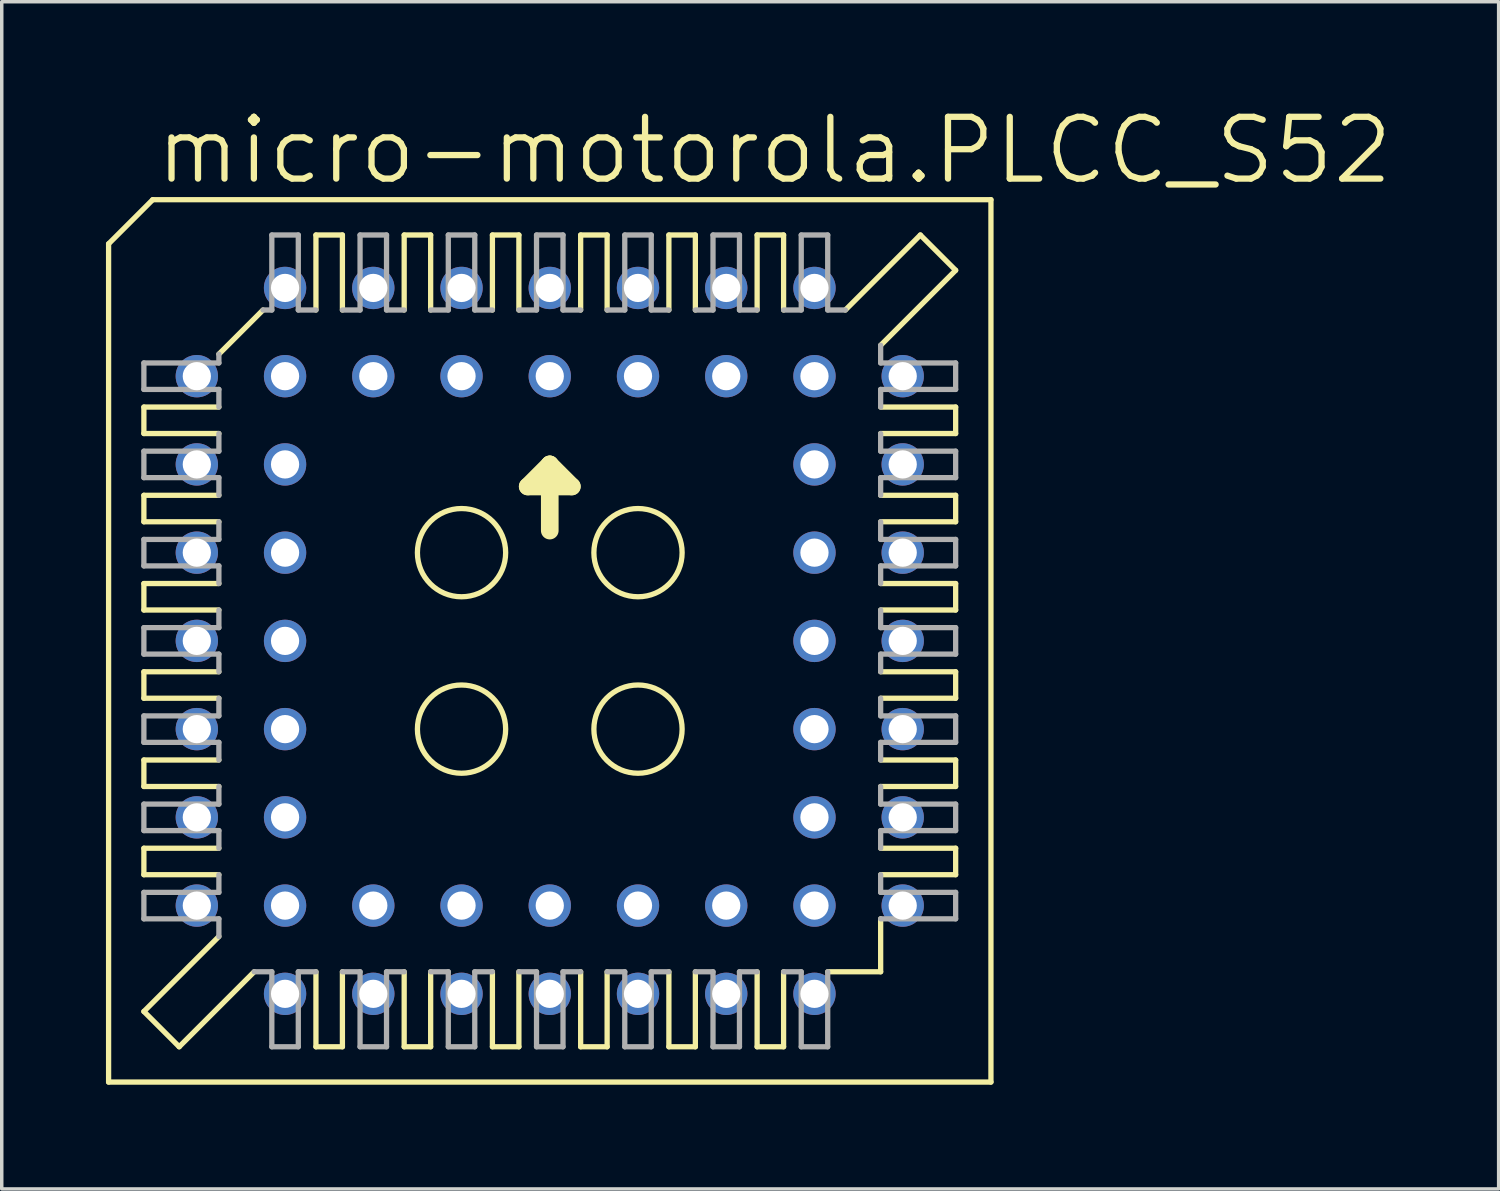
<source format=kicad_pcb>
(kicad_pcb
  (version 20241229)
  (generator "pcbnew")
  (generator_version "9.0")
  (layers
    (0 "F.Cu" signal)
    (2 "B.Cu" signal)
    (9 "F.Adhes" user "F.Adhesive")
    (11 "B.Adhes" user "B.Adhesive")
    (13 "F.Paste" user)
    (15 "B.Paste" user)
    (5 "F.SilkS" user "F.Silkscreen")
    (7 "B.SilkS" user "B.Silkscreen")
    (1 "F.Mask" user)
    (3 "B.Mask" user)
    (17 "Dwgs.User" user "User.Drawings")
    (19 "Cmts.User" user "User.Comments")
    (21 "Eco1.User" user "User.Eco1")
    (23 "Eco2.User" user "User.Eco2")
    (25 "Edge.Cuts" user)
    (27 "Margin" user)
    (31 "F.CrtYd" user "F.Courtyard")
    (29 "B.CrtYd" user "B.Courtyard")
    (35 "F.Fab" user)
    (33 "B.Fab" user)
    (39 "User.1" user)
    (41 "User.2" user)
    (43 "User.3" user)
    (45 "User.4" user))
  (footprint "micro-motorola.PLCC_S52"
    (layer "F.Cu")
    (at 12.776 15.399)
    (property "Reference" "micro-motorola.PLCC_S52" (at -11.43 -13.081 0) (layer "F.SilkS") (effects (font (size 1.778 1.778) (thickness 0.18)) (justify left bottom)))
    (attr through_hole)
    (fp_line (start -12.7 -11.43) (end -12.7 12.7) (stroke (width 0.152) (type default)) (layer "F.SilkS"))
    (fp_line (start -11.684 -6.731) (end -11.684 -5.969) (stroke (width 0.152) (type default)) (layer "F.SilkS"))
    (fp_line (start -11.684 -6.731) (end -9.525 -6.731) (stroke (width 0.152) (type default)) (layer "F.SilkS"))
    (fp_line (start -11.684 -4.191) (end -11.684 -3.429) (stroke (width 0.152) (type default)) (layer "F.SilkS"))
    (fp_line (start -11.684 -4.191) (end -9.525 -4.191) (stroke (width 0.152) (type default)) (layer "F.SilkS"))
    (fp_line (start -11.684 -0.889) (end -11.684 -1.651) (stroke (width 0.152) (type default)) (layer "F.SilkS"))
    (fp_line (start -11.684 -0.889) (end -9.525 -0.889) (stroke (width 0.152) (type default)) (layer "F.SilkS"))
    (fp_line (start -11.684 1.651) (end -11.684 0.889) (stroke (width 0.152) (type default)) (layer "F.SilkS"))
    (fp_line (start -11.684 1.651) (end -9.525 1.651) (stroke (width 0.152) (type default)) (layer "F.SilkS"))
    (fp_line (start -11.684 4.191) (end -11.684 3.429) (stroke (width 0.152) (type default)) (layer "F.SilkS"))
    (fp_line (start -11.684 4.191) (end -9.525 4.191) (stroke (width 0.152) (type default)) (layer "F.SilkS"))
    (fp_line (start -11.684 5.969) (end -11.684 6.731) (stroke (width 0.152) (type default)) (layer "F.SilkS"))
    (fp_line (start -11.684 5.969) (end -9.525 5.969) (stroke (width 0.152) (type default)) (layer "F.SilkS"))
    (fp_line (start -11.684 10.668) (end -9.525 8.509) (stroke (width 0.152) (type default)) (layer "F.SilkS"))
    (fp_line (start -11.43 -12.7) (end -12.7 -11.43) (stroke (width 0.152) (type default)) (layer "F.SilkS"))
    (fp_line (start -10.668 11.684) (end -11.684 10.668) (stroke (width 0.152) (type default)) (layer "F.SilkS"))
    (fp_line (start -10.668 11.684) (end -8.509 9.525) (stroke (width 0.152) (type default)) (layer "F.SilkS"))
    (fp_line (start -9.525 -8.255) (end -8.255 -9.525) (stroke (width 0.152) (type default)) (layer "F.SilkS"))
    (fp_line (start -9.525 -5.969) (end -11.684 -5.969) (stroke (width 0.152) (type default)) (layer "F.SilkS"))
    (fp_line (start -9.525 -3.429) (end -11.684 -3.429) (stroke (width 0.152) (type default)) (layer "F.SilkS"))
    (fp_line (start -9.525 -1.651) (end -11.684 -1.651) (stroke (width 0.152) (type default)) (layer "F.SilkS"))
    (fp_line (start -9.525 0.889) (end -11.684 0.889) (stroke (width 0.152) (type default)) (layer "F.SilkS"))
    (fp_line (start -9.525 3.429) (end -11.684 3.429) (stroke (width 0.152) (type default)) (layer "F.SilkS"))
    (fp_line (start -9.525 6.731) (end -11.684 6.731) (stroke (width 0.152) (type default)) (layer "F.SilkS"))
    (fp_line (start -6.731 -9.525) (end -6.731 -11.684) (stroke (width 0.152) (type default)) (layer "F.SilkS"))
    (fp_line (start -6.731 11.684) (end -6.731 9.525) (stroke (width 0.152) (type default)) (layer "F.SilkS"))
    (fp_line (start -6.731 11.684) (end -5.969 11.684) (stroke (width 0.152) (type default)) (layer "F.SilkS"))
    (fp_line (start -5.969 -11.684) (end -6.731 -11.684) (stroke (width 0.152) (type default)) (layer "F.SilkS"))
    (fp_line (start -5.969 -11.684) (end -5.969 -9.525) (stroke (width 0.152) (type default)) (layer "F.SilkS"))
    (fp_line (start -5.969 9.525) (end -5.969 11.684) (stroke (width 0.152) (type default)) (layer "F.SilkS"))
    (fp_line (start -4.191 -9.525) (end -4.191 -11.684) (stroke (width 0.152) (type default)) (layer "F.SilkS"))
    (fp_line (start -4.191 11.684) (end -4.191 9.525) (stroke (width 0.152) (type default)) (layer "F.SilkS"))
    (fp_line (start -4.191 11.684) (end -3.429 11.684) (stroke (width 0.152) (type default)) (layer "F.SilkS"))
    (fp_line (start -3.429 -11.684) (end -4.191 -11.684) (stroke (width 0.152) (type default)) (layer "F.SilkS"))
    (fp_line (start -3.429 -11.684) (end -3.429 -9.525) (stroke (width 0.152) (type default)) (layer "F.SilkS"))
    (fp_line (start -3.429 9.525) (end -3.429 11.684) (stroke (width 0.152) (type default)) (layer "F.SilkS"))
    (fp_line (start -1.651 -9.525) (end -1.651 -11.684) (stroke (width 0.152) (type default)) (layer "F.SilkS"))
    (fp_line (start -1.651 11.684) (end -1.651 9.525) (stroke (width 0.152) (type default)) (layer "F.SilkS"))
    (fp_line (start -1.651 11.684) (end -0.889 11.684) (stroke (width 0.152) (type default)) (layer "F.SilkS"))
    (fp_line (start -0.889 -11.684) (end -1.651 -11.684) (stroke (width 0.152) (type default)) (layer "F.SilkS"))
    (fp_line (start -0.889 -11.684) (end -0.889 -9.525) (stroke (width 0.152) (type default)) (layer "F.SilkS"))
    (fp_line (start -0.889 9.525) (end -0.889 11.684) (stroke (width 0.152) (type default)) (layer "F.SilkS"))
    (fp_line (start -0.635 -4.445) (end 0 -5.08) (stroke (width 0.508) (type default)) (layer "F.SilkS"))
    (fp_line (start 0 -5.08) (end 0 -3.175) (stroke (width 0.508) (type default)) (layer "F.SilkS"))
    (fp_line (start 0 -5.08) (end 0.635 -4.445) (stroke (width 0.508) (type default)) (layer "F.SilkS"))
    (fp_line (start 0.635 -4.445) (end -0.635 -4.445) (stroke (width 0.508) (type default)) (layer "F.SilkS"))
    (fp_line (start 0.889 -9.525) (end 0.889 -11.684) (stroke (width 0.152) (type default)) (layer "F.SilkS"))
    (fp_line (start 0.889 11.684) (end 0.889 9.525) (stroke (width 0.152) (type default)) (layer "F.SilkS"))
    (fp_line (start 0.889 11.684) (end 1.651 11.684) (stroke (width 0.152) (type default)) (layer "F.SilkS"))
    (fp_line (start 1.651 -11.684) (end 0.889 -11.684) (stroke (width 0.152) (type default)) (layer "F.SilkS"))
    (fp_line (start 1.651 -11.684) (end 1.651 -9.525) (stroke (width 0.152) (type default)) (layer "F.SilkS"))
    (fp_line (start 1.651 9.525) (end 1.651 11.684) (stroke (width 0.152) (type default)) (layer "F.SilkS"))
    (fp_line (start 3.429 -9.525) (end 3.429 -11.684) (stroke (width 0.152) (type default)) (layer "F.SilkS"))
    (fp_line (start 3.429 11.684) (end 3.429 9.525) (stroke (width 0.152) (type default)) (layer "F.SilkS"))
    (fp_line (start 3.429 11.684) (end 4.191 11.684) (stroke (width 0.152) (type default)) (layer "F.SilkS"))
    (fp_line (start 4.191 -11.684) (end 3.429 -11.684) (stroke (width 0.152) (type default)) (layer "F.SilkS"))
    (fp_line (start 4.191 -11.684) (end 4.191 -9.525) (stroke (width 0.152) (type default)) (layer "F.SilkS"))
    (fp_line (start 4.191 9.525) (end 4.191 11.684) (stroke (width 0.152) (type default)) (layer "F.SilkS"))
    (fp_line (start 5.969 -9.525) (end 5.969 -11.684) (stroke (width 0.152) (type default)) (layer "F.SilkS"))
    (fp_line (start 5.969 11.684) (end 5.969 9.525) (stroke (width 0.152) (type default)) (layer "F.SilkS"))
    (fp_line (start 5.969 11.684) (end 6.731 11.684) (stroke (width 0.152) (type default)) (layer "F.SilkS"))
    (fp_line (start 6.731 -11.684) (end 5.969 -11.684) (stroke (width 0.152) (type default)) (layer "F.SilkS"))
    (fp_line (start 6.731 -11.684) (end 6.731 -9.525) (stroke (width 0.152) (type default)) (layer "F.SilkS"))
    (fp_line (start 6.731 9.525) (end 6.731 11.684) (stroke (width 0.152) (type default)) (layer "F.SilkS"))
    (fp_line (start 8.001 9.525) (end 9.525 9.525) (stroke (width 0.152) (type default)) (layer "F.SilkS"))
    (fp_line (start 9.525 -6.731) (end 11.684 -6.731) (stroke (width 0.152) (type default)) (layer "F.SilkS"))
    (fp_line (start 9.525 -3.429) (end 11.684 -3.429) (stroke (width 0.152) (type default)) (layer "F.SilkS"))
    (fp_line (start 9.525 -0.889) (end 11.684 -0.889) (stroke (width 0.152) (type default)) (layer "F.SilkS"))
    (fp_line (start 9.525 1.651) (end 11.684 1.651) (stroke (width 0.152) (type default)) (layer "F.SilkS"))
    (fp_line (start 9.525 3.429) (end 11.684 3.429) (stroke (width 0.152) (type default)) (layer "F.SilkS"))
    (fp_line (start 9.525 5.969) (end 11.684 5.969) (stroke (width 0.152) (type default)) (layer "F.SilkS"))
    (fp_line (start 9.525 9.525) (end 9.525 8.001) (stroke (width 0.152) (type default)) (layer "F.SilkS"))
    (fp_line (start 10.668 -11.684) (end 8.509 -9.525) (stroke (width 0.152) (type default)) (layer "F.SilkS"))
    (fp_line (start 11.684 -10.668) (end 9.525 -8.509) (stroke (width 0.152) (type default)) (layer "F.SilkS"))
    (fp_line (start 11.684 -10.668) (end 10.668 -11.684) (stroke (width 0.152) (type default)) (layer "F.SilkS"))
    (fp_line (start 11.684 -5.969) (end 9.525 -5.969) (stroke (width 0.152) (type default)) (layer "F.SilkS"))
    (fp_line (start 11.684 -5.969) (end 11.684 -6.731) (stroke (width 0.152) (type default)) (layer "F.SilkS"))
    (fp_line (start 11.684 -4.191) (end 9.525 -4.191) (stroke (width 0.152) (type default)) (layer "F.SilkS"))
    (fp_line (start 11.684 -4.191) (end 11.684 -3.429) (stroke (width 0.152) (type default)) (layer "F.SilkS"))
    (fp_line (start 11.684 -1.651) (end 9.525 -1.651) (stroke (width 0.152) (type default)) (layer "F.SilkS"))
    (fp_line (start 11.684 -1.651) (end 11.684 -0.889) (stroke (width 0.152) (type default)) (layer "F.SilkS"))
    (fp_line (start 11.684 0.889) (end 9.525 0.889) (stroke (width 0.152) (type default)) (layer "F.SilkS"))
    (fp_line (start 11.684 0.889) (end 11.684 1.651) (stroke (width 0.152) (type default)) (layer "F.SilkS"))
    (fp_line (start 11.684 4.191) (end 9.525 4.191) (stroke (width 0.152) (type default)) (layer "F.SilkS"))
    (fp_line (start 11.684 4.191) (end 11.684 3.429) (stroke (width 0.152) (type default)) (layer "F.SilkS"))
    (fp_line (start 11.684 6.731) (end 9.525 6.731) (stroke (width 0.152) (type default)) (layer "F.SilkS"))
    (fp_line (start 11.684 6.731) (end 11.684 5.969) (stroke (width 0.152) (type default)) (layer "F.SilkS"))
    (fp_line (start 12.7 -12.7) (end -11.43 -12.7) (stroke (width 0.152) (type default)) (layer "F.SilkS"))
    (fp_line (start 12.7 12.7) (end -12.7 12.7) (stroke (width 0.152) (type default)) (layer "F.SilkS"))
    (fp_line (start 12.7 12.7) (end 12.7 -12.7) (stroke (width 0.152) (type default)) (layer "F.SilkS"))
    (fp_circle (center -2.54 -2.54) (end -1.27 -2.54) (stroke (width 0.152) (type default)) (fill no) (layer "F.SilkS"))
    (fp_circle (center -2.54 2.54) (end -1.27 2.54) (stroke (width 0.152) (type default)) (fill no) (layer "F.SilkS"))
    (fp_circle (center 2.54 -2.54) (end 3.81 -2.54) (stroke (width 0.152) (type default)) (fill no) (layer "F.SilkS"))
    (fp_circle (center 2.54 2.54) (end 3.81 2.54) (stroke (width 0.152) (type default)) (fill no) (layer "F.SilkS"))
    (fp_line (start -11.684 -8.001) (end -11.684 -7.239) (stroke (width 0.152) (type default)) (layer "F.Fab"))
    (fp_line (start -11.684 -8.001) (end -9.525 -8.001) (stroke (width 0.152) (type default)) (layer "F.Fab"))
    (fp_line (start -11.684 -5.461) (end -11.684 -4.699) (stroke (width 0.152) (type default)) (layer "F.Fab"))
    (fp_line (start -11.684 -5.461) (end -9.525 -5.461) (stroke (width 0.152) (type default)) (layer "F.Fab"))
    (fp_line (start -11.684 -2.921) (end -11.684 -2.159) (stroke (width 0.152) (type default)) (layer "F.Fab"))
    (fp_line (start -11.684 -2.921) (end -9.525 -2.921) (stroke (width 0.152) (type default)) (layer "F.Fab"))
    (fp_line (start -11.684 0.381) (end -11.684 -0.381) (stroke (width 0.152) (type default)) (layer "F.Fab"))
    (fp_line (start -11.684 0.381) (end -9.525 0.381) (stroke (width 0.152) (type default)) (layer "F.Fab"))
    (fp_line (start -11.684 2.921) (end -11.684 2.159) (stroke (width 0.152) (type default)) (layer "F.Fab"))
    (fp_line (start -11.684 2.921) (end -9.525 2.921) (stroke (width 0.152) (type default)) (layer "F.Fab"))
    (fp_line (start -11.684 5.461) (end -11.684 4.699) (stroke (width 0.152) (type default)) (layer "F.Fab"))
    (fp_line (start -11.684 5.461) (end -9.525 5.461) (stroke (width 0.152) (type default)) (layer "F.Fab"))
    (fp_line (start -11.684 8.001) (end -11.684 7.239) (stroke (width 0.152) (type default)) (layer "F.Fab"))
    (fp_line (start -11.684 8.001) (end -9.525 8.001) (stroke (width 0.152) (type default)) (layer "F.Fab"))
    (fp_line (start -9.525 -8.001) (end -9.525 -8.255) (stroke (width 0.152) (type default)) (layer "F.Fab"))
    (fp_line (start -9.525 -7.239) (end -11.684 -7.239) (stroke (width 0.152) (type default)) (layer "F.Fab"))
    (fp_line (start -9.525 -7.239) (end -9.525 -6.731) (stroke (width 0.152) (type default)) (layer "F.Fab"))
    (fp_line (start -9.525 -5.969) (end -9.525 -5.461) (stroke (width 0.152) (type default)) (layer "F.Fab"))
    (fp_line (start -9.525 -4.699) (end -11.684 -4.699) (stroke (width 0.152) (type default)) (layer "F.Fab"))
    (fp_line (start -9.525 -4.699) (end -9.525 -4.191) (stroke (width 0.152) (type default)) (layer "F.Fab"))
    (fp_line (start -9.525 -3.429) (end -9.525 -2.921) (stroke (width 0.152) (type default)) (layer "F.Fab"))
    (fp_line (start -9.525 -2.159) (end -11.684 -2.159) (stroke (width 0.152) (type default)) (layer "F.Fab"))
    (fp_line (start -9.525 -2.159) (end -9.525 -1.651) (stroke (width 0.152) (type default)) (layer "F.Fab"))
    (fp_line (start -9.525 -0.381) (end -11.684 -0.381) (stroke (width 0.152) (type default)) (layer "F.Fab"))
    (fp_line (start -9.525 -0.381) (end -9.525 -0.889) (stroke (width 0.152) (type default)) (layer "F.Fab"))
    (fp_line (start -9.525 0.889) (end -9.525 0.381) (stroke (width 0.152) (type default)) (layer "F.Fab"))
    (fp_line (start -9.525 2.159) (end -11.684 2.159) (stroke (width 0.152) (type default)) (layer "F.Fab"))
    (fp_line (start -9.525 2.159) (end -9.525 1.651) (stroke (width 0.152) (type default)) (layer "F.Fab"))
    (fp_line (start -9.525 3.429) (end -9.525 2.921) (stroke (width 0.152) (type default)) (layer "F.Fab"))
    (fp_line (start -9.525 4.699) (end -11.684 4.699) (stroke (width 0.152) (type default)) (layer "F.Fab"))
    (fp_line (start -9.525 4.699) (end -9.525 4.191) (stroke (width 0.152) (type default)) (layer "F.Fab"))
    (fp_line (start -9.525 5.461) (end -9.525 5.969) (stroke (width 0.152) (type default)) (layer "F.Fab"))
    (fp_line (start -9.525 6.731) (end -9.525 7.239) (stroke (width 0.152) (type default)) (layer "F.Fab"))
    (fp_line (start -9.525 7.239) (end -11.684 7.239) (stroke (width 0.152) (type default)) (layer "F.Fab"))
    (fp_line (start -9.525 8.509) (end -9.525 8.001) (stroke (width 0.152) (type default)) (layer "F.Fab"))
    (fp_line (start -8.509 9.525) (end -8.001 9.525) (stroke (width 0.152) (type default)) (layer "F.Fab"))
    (fp_line (start -8.255 -9.525) (end -8.001 -9.525) (stroke (width 0.152) (type default)) (layer "F.Fab"))
    (fp_line (start -8.001 -9.525) (end -8.001 -11.684) (stroke (width 0.152) (type default)) (layer "F.Fab"))
    (fp_line (start -8.001 11.684) (end -8.001 9.525) (stroke (width 0.152) (type default)) (layer "F.Fab"))
    (fp_line (start -8.001 11.684) (end -7.239 11.684) (stroke (width 0.152) (type default)) (layer "F.Fab"))
    (fp_line (start -7.239 -11.684) (end -8.001 -11.684) (stroke (width 0.152) (type default)) (layer "F.Fab"))
    (fp_line (start -7.239 -11.684) (end -7.239 -9.525) (stroke (width 0.152) (type default)) (layer "F.Fab"))
    (fp_line (start -7.239 9.525) (end -7.239 11.684) (stroke (width 0.152) (type default)) (layer "F.Fab"))
    (fp_line (start -7.239 9.525) (end -6.731 9.525) (stroke (width 0.152) (type default)) (layer "F.Fab"))
    (fp_line (start -6.731 -9.525) (end -7.239 -9.525) (stroke (width 0.152) (type default)) (layer "F.Fab"))
    (fp_line (start -5.969 9.525) (end -5.461 9.525) (stroke (width 0.152) (type default)) (layer "F.Fab"))
    (fp_line (start -5.461 -9.525) (end -5.969 -9.525) (stroke (width 0.152) (type default)) (layer "F.Fab"))
    (fp_line (start -5.461 -9.525) (end -5.461 -11.684) (stroke (width 0.152) (type default)) (layer "F.Fab"))
    (fp_line (start -5.461 11.684) (end -5.461 9.525) (stroke (width 0.152) (type default)) (layer "F.Fab"))
    (fp_line (start -5.461 11.684) (end -4.699 11.684) (stroke (width 0.152) (type default)) (layer "F.Fab"))
    (fp_line (start -4.699 -11.684) (end -5.461 -11.684) (stroke (width 0.152) (type default)) (layer "F.Fab"))
    (fp_line (start -4.699 -11.684) (end -4.699 -9.525) (stroke (width 0.152) (type default)) (layer "F.Fab"))
    (fp_line (start -4.699 9.525) (end -4.699 11.684) (stroke (width 0.152) (type default)) (layer "F.Fab"))
    (fp_line (start -4.699 9.525) (end -4.191 9.525) (stroke (width 0.152) (type default)) (layer "F.Fab"))
    (fp_line (start -4.191 -9.525) (end -4.699 -9.525) (stroke (width 0.152) (type default)) (layer "F.Fab"))
    (fp_line (start -3.429 9.525) (end -2.921 9.525) (stroke (width 0.152) (type default)) (layer "F.Fab"))
    (fp_line (start -2.921 -9.525) (end -3.429 -9.525) (stroke (width 0.152) (type default)) (layer "F.Fab"))
    (fp_line (start -2.921 -9.525) (end -2.921 -11.684) (stroke (width 0.152) (type default)) (layer "F.Fab"))
    (fp_line (start -2.921 11.684) (end -2.921 9.525) (stroke (width 0.152) (type default)) (layer "F.Fab"))
    (fp_line (start -2.921 11.684) (end -2.159 11.684) (stroke (width 0.152) (type default)) (layer "F.Fab"))
    (fp_line (start -2.159 -11.684) (end -2.921 -11.684) (stroke (width 0.152) (type default)) (layer "F.Fab"))
    (fp_line (start -2.159 -11.684) (end -2.159 -9.525) (stroke (width 0.152) (type default)) (layer "F.Fab"))
    (fp_line (start -2.159 9.525) (end -2.159 11.684) (stroke (width 0.152) (type default)) (layer "F.Fab"))
    (fp_line (start -2.159 9.525) (end -1.651 9.525) (stroke (width 0.152) (type default)) (layer "F.Fab"))
    (fp_line (start -1.651 -9.525) (end -2.159 -9.525) (stroke (width 0.152) (type default)) (layer "F.Fab"))
    (fp_line (start -0.889 9.525) (end -0.381 9.525) (stroke (width 0.152) (type default)) (layer "F.Fab"))
    (fp_line (start -0.381 -9.525) (end -0.889 -9.525) (stroke (width 0.152) (type default)) (layer "F.Fab"))
    (fp_line (start -0.381 -9.525) (end -0.381 -11.684) (stroke (width 0.152) (type default)) (layer "F.Fab"))
    (fp_line (start -0.381 11.684) (end -0.381 9.525) (stroke (width 0.152) (type default)) (layer "F.Fab"))
    (fp_line (start -0.381 11.684) (end 0.381 11.684) (stroke (width 0.152) (type default)) (layer "F.Fab"))
    (fp_line (start 0.381 -11.684) (end -0.381 -11.684) (stroke (width 0.152) (type default)) (layer "F.Fab"))
    (fp_line (start 0.381 -11.684) (end 0.381 -9.525) (stroke (width 0.152) (type default)) (layer "F.Fab"))
    (fp_line (start 0.381 9.525) (end 0.381 11.684) (stroke (width 0.152) (type default)) (layer "F.Fab"))
    (fp_line (start 0.381 9.525) (end 0.889 9.525) (stroke (width 0.152) (type default)) (layer "F.Fab"))
    (fp_line (start 0.889 -9.525) (end 0.381 -9.525) (stroke (width 0.152) (type default)) (layer "F.Fab"))
    (fp_line (start 1.651 9.525) (end 2.159 9.525) (stroke (width 0.152) (type default)) (layer "F.Fab"))
    (fp_line (start 2.159 -9.525) (end 1.651 -9.525) (stroke (width 0.152) (type default)) (layer "F.Fab"))
    (fp_line (start 2.159 -9.525) (end 2.159 -11.684) (stroke (width 0.152) (type default)) (layer "F.Fab"))
    (fp_line (start 2.159 11.684) (end 2.159 9.525) (stroke (width 0.152) (type default)) (layer "F.Fab"))
    (fp_line (start 2.159 11.684) (end 2.921 11.684) (stroke (width 0.152) (type default)) (layer "F.Fab"))
    (fp_line (start 2.921 -11.684) (end 2.159 -11.684) (stroke (width 0.152) (type default)) (layer "F.Fab"))
    (fp_line (start 2.921 -11.684) (end 2.921 -9.525) (stroke (width 0.152) (type default)) (layer "F.Fab"))
    (fp_line (start 2.921 9.525) (end 2.921 11.684) (stroke (width 0.152) (type default)) (layer "F.Fab"))
    (fp_line (start 2.921 9.525) (end 3.429 9.525) (stroke (width 0.152) (type default)) (layer "F.Fab"))
    (fp_line (start 3.429 -9.525) (end 2.921 -9.525) (stroke (width 0.152) (type default)) (layer "F.Fab"))
    (fp_line (start 4.191 9.525) (end 4.699 9.525) (stroke (width 0.152) (type default)) (layer "F.Fab"))
    (fp_line (start 4.699 -9.525) (end 4.191 -9.525) (stroke (width 0.152) (type default)) (layer "F.Fab"))
    (fp_line (start 4.699 -9.525) (end 4.699 -11.684) (stroke (width 0.152) (type default)) (layer "F.Fab"))
    (fp_line (start 4.699 11.684) (end 4.699 9.525) (stroke (width 0.152) (type default)) (layer "F.Fab"))
    (fp_line (start 4.699 11.684) (end 5.461 11.684) (stroke (width 0.152) (type default)) (layer "F.Fab"))
    (fp_line (start 5.461 -11.684) (end 4.699 -11.684) (stroke (width 0.152) (type default)) (layer "F.Fab"))
    (fp_line (start 5.461 -11.684) (end 5.461 -9.525) (stroke (width 0.152) (type default)) (layer "F.Fab"))
    (fp_line (start 5.461 9.525) (end 5.461 11.684) (stroke (width 0.152) (type default)) (layer "F.Fab"))
    (fp_line (start 5.461 9.525) (end 5.969 9.525) (stroke (width 0.152) (type default)) (layer "F.Fab"))
    (fp_line (start 5.969 -9.525) (end 5.461 -9.525) (stroke (width 0.152) (type default)) (layer "F.Fab"))
    (fp_line (start 6.731 9.525) (end 7.239 9.525) (stroke (width 0.152) (type default)) (layer "F.Fab"))
    (fp_line (start 7.239 -9.525) (end 6.731 -9.525) (stroke (width 0.152) (type default)) (layer "F.Fab"))
    (fp_line (start 7.239 -9.525) (end 7.239 -11.684) (stroke (width 0.152) (type default)) (layer "F.Fab"))
    (fp_line (start 7.239 11.684) (end 7.239 9.525) (stroke (width 0.152) (type default)) (layer "F.Fab"))
    (fp_line (start 7.239 11.684) (end 8.001 11.684) (stroke (width 0.152) (type default)) (layer "F.Fab"))
    (fp_line (start 8.001 -11.684) (end 7.239 -11.684) (stroke (width 0.152) (type default)) (layer "F.Fab"))
    (fp_line (start 8.001 -11.684) (end 8.001 -9.525) (stroke (width 0.152) (type default)) (layer "F.Fab"))
    (fp_line (start 8.001 9.525) (end 8.001 11.684) (stroke (width 0.152) (type default)) (layer "F.Fab"))
    (fp_line (start 8.509 -9.525) (end 8.001 -9.525) (stroke (width 0.152) (type default)) (layer "F.Fab"))
    (fp_line (start 9.525 -8.509) (end 9.525 -8.001) (stroke (width 0.152) (type default)) (layer "F.Fab"))
    (fp_line (start 9.525 -7.239) (end 11.684 -7.239) (stroke (width 0.152) (type default)) (layer "F.Fab"))
    (fp_line (start 9.525 -6.731) (end 9.525 -7.239) (stroke (width 0.152) (type default)) (layer "F.Fab"))
    (fp_line (start 9.525 -5.461) (end 9.525 -5.969) (stroke (width 0.152) (type default)) (layer "F.Fab"))
    (fp_line (start 9.525 -4.699) (end 9.525 -4.191) (stroke (width 0.152) (type default)) (layer "F.Fab"))
    (fp_line (start 9.525 -4.699) (end 11.684 -4.699) (stroke (width 0.152) (type default)) (layer "F.Fab"))
    (fp_line (start 9.525 -3.429) (end 9.525 -2.921) (stroke (width 0.152) (type default)) (layer "F.Fab"))
    (fp_line (start 9.525 -2.159) (end 9.525 -1.651) (stroke (width 0.152) (type default)) (layer "F.Fab"))
    (fp_line (start 9.525 -2.159) (end 11.684 -2.159) (stroke (width 0.152) (type default)) (layer "F.Fab"))
    (fp_line (start 9.525 -0.889) (end 9.525 -0.381) (stroke (width 0.152) (type default)) (layer "F.Fab"))
    (fp_line (start 9.525 0.381) (end 9.525 0.889) (stroke (width 0.152) (type default)) (layer "F.Fab"))
    (fp_line (start 9.525 0.381) (end 11.684 0.381) (stroke (width 0.152) (type default)) (layer "F.Fab"))
    (fp_line (start 9.525 1.651) (end 9.525 2.159) (stroke (width 0.152) (type default)) (layer "F.Fab"))
    (fp_line (start 9.525 2.159) (end 11.684 2.159) (stroke (width 0.152) (type default)) (layer "F.Fab"))
    (fp_line (start 9.525 3.429) (end 9.525 2.921) (stroke (width 0.152) (type default)) (layer "F.Fab"))
    (fp_line (start 9.525 4.699) (end 9.525 4.191) (stroke (width 0.152) (type default)) (layer "F.Fab"))
    (fp_line (start 9.525 4.699) (end 11.684 4.699) (stroke (width 0.152) (type default)) (layer "F.Fab"))
    (fp_line (start 9.525 5.969) (end 9.525 5.461) (stroke (width 0.152) (type default)) (layer "F.Fab"))
    (fp_line (start 9.525 7.239) (end 9.525 6.731) (stroke (width 0.152) (type default)) (layer "F.Fab"))
    (fp_line (start 9.525 7.239) (end 11.684 7.239) (stroke (width 0.152) (type default)) (layer "F.Fab"))
    (fp_line (start 11.684 -8.001) (end 9.525 -8.001) (stroke (width 0.152) (type default)) (layer "F.Fab"))
    (fp_line (start 11.684 -8.001) (end 11.684 -7.239) (stroke (width 0.152) (type default)) (layer "F.Fab"))
    (fp_line (start 11.684 -5.461) (end 9.525 -5.461) (stroke (width 0.152) (type default)) (layer "F.Fab"))
    (fp_line (start 11.684 -5.461) (end 11.684 -4.699) (stroke (width 0.152) (type default)) (layer "F.Fab"))
    (fp_line (start 11.684 -2.921) (end 9.525 -2.921) (stroke (width 0.152) (type default)) (layer "F.Fab"))
    (fp_line (start 11.684 -2.921) (end 11.684 -2.159) (stroke (width 0.152) (type default)) (layer "F.Fab"))
    (fp_line (start 11.684 -0.381) (end 9.525 -0.381) (stroke (width 0.152) (type default)) (layer "F.Fab"))
    (fp_line (start 11.684 -0.381) (end 11.684 0.381) (stroke (width 0.152) (type default)) (layer "F.Fab"))
    (fp_line (start 11.684 2.921) (end 9.525 2.921) (stroke (width 0.152) (type default)) (layer "F.Fab"))
    (fp_line (start 11.684 2.921) (end 11.684 2.159) (stroke (width 0.152) (type default)) (layer "F.Fab"))
    (fp_line (start 11.684 5.461) (end 9.525 5.461) (stroke (width 0.152) (type default)) (layer "F.Fab"))
    (fp_line (start 11.684 5.461) (end 11.684 4.699) (stroke (width 0.152) (type default)) (layer "F.Fab"))
    (fp_line (start 11.684 8.001) (end 9.525 8.001) (stroke (width 0.152) (type default)) (layer "F.Fab"))
    (fp_line (start 11.684 8.001) (end 11.684 7.239) (stroke (width 0.152) (type default)) (layer "F.Fab"))
    (pad "1" thru_hole circle (at 0 -10.16) (size 1.219 1.219) (drill 0.813) (layers "*.Cu" "*.Mask"))
    (pad "2" thru_hole circle (at 0 -7.62) (size 1.219 1.219) (drill 0.813) (layers "*.Cu" "*.Mask"))
    (pad "3" thru_hole circle (at -2.54 -10.16) (size 1.219 1.219) (drill 0.813) (layers "*.Cu" "*.Mask"))
    (pad "4" thru_hole circle (at -2.54 -7.62) (size 1.219 1.219) (drill 0.813) (layers "*.Cu" "*.Mask"))
    (pad "5" thru_hole circle (at -5.08 -10.16) (size 1.219 1.219) (drill 0.813) (layers "*.Cu" "*.Mask"))
    (pad "6" thru_hole circle (at -5.08 -7.62) (size 1.219 1.219) (drill 0.813) (layers "*.Cu" "*.Mask"))
    (pad "7" thru_hole circle (at -7.62 -10.16) (size 1.219 1.219) (drill 0.813) (layers "*.Cu" "*.Mask"))
    (pad "8" thru_hole circle (at -10.16 -7.62) (size 1.219 1.219) (drill 0.813) (layers "*.Cu" "*.Mask"))
    (pad "9" thru_hole circle (at -7.62 -7.62) (size 1.219 1.219) (drill 0.813) (layers "*.Cu" "*.Mask"))
    (pad "10" thru_hole circle (at -10.16 -5.08) (size 1.219 1.219) (drill 0.813) (layers "*.Cu" "*.Mask"))
    (pad "11" thru_hole circle (at -7.62 -5.08) (size 1.219 1.219) (drill 0.813) (layers "*.Cu" "*.Mask"))
    (pad "12" thru_hole circle (at -10.16 -2.54) (size 1.219 1.219) (drill 0.813) (layers "*.Cu" "*.Mask"))
    (pad "13" thru_hole circle (at -7.62 -2.54) (size 1.219 1.219) (drill 0.813) (layers "*.Cu" "*.Mask"))
    (pad "14" thru_hole circle (at -10.16 0) (size 1.219 1.219) (drill 0.813) (layers "*.Cu" "*.Mask"))
    (pad "15" thru_hole circle (at -7.62 0) (size 1.219 1.219) (drill 0.813) (layers "*.Cu" "*.Mask"))
    (pad "16" thru_hole circle (at -10.16 2.54) (size 1.219 1.219) (drill 0.813) (layers "*.Cu" "*.Mask"))
    (pad "17" thru_hole circle (at -7.62 2.54) (size 1.219 1.219) (drill 0.813) (layers "*.Cu" "*.Mask"))
    (pad "18" thru_hole circle (at -10.16 5.08) (size 1.219 1.219) (drill 0.813) (layers "*.Cu" "*.Mask"))
    (pad "19" thru_hole circle (at -7.62 5.08) (size 1.219 1.219) (drill 0.813) (layers "*.Cu" "*.Mask"))
    (pad "20" thru_hole circle (at -10.16 7.62) (size 1.219 1.219) (drill 0.813) (layers "*.Cu" "*.Mask"))
    (pad "21" thru_hole circle (at -7.62 10.16) (size 1.219 1.219) (drill 0.813) (layers "*.Cu" "*.Mask"))
    (pad "22" thru_hole circle (at -7.62 7.62) (size 1.219 1.219) (drill 0.813) (layers "*.Cu" "*.Mask"))
    (pad "23" thru_hole circle (at -5.08 10.16) (size 1.219 1.219) (drill 0.813) (layers "*.Cu" "*.Mask"))
    (pad "24" thru_hole circle (at -5.08 7.62) (size 1.219 1.219) (drill 0.813) (layers "*.Cu" "*.Mask"))
    (pad "25" thru_hole circle (at -2.54 10.16) (size 1.219 1.219) (drill 0.813) (layers "*.Cu" "*.Mask"))
    (pad "26" thru_hole circle (at -2.54 7.62) (size 1.219 1.219) (drill 0.813) (layers "*.Cu" "*.Mask"))
    (pad "27" thru_hole circle (at 0 10.16) (size 1.219 1.219) (drill 0.813) (layers "*.Cu" "*.Mask"))
    (pad "28" thru_hole circle (at 0 7.62) (size 1.219 1.219) (drill 0.813) (layers "*.Cu" "*.Mask"))
    (pad "29" thru_hole circle (at 2.54 10.16) (size 1.219 1.219) (drill 0.813) (layers "*.Cu" "*.Mask"))
    (pad "30" thru_hole circle (at 2.54 7.62) (size 1.219 1.219) (drill 0.813) (layers "*.Cu" "*.Mask"))
    (pad "31" thru_hole circle (at 5.08 10.16) (size 1.219 1.219) (drill 0.813) (layers "*.Cu" "*.Mask"))
    (pad "32" thru_hole circle (at 5.08 7.62) (size 1.219 1.219) (drill 0.813) (layers "*.Cu" "*.Mask"))
    (pad "33" thru_hole circle (at 7.62 10.16) (size 1.219 1.219) (drill 0.813) (layers "*.Cu" "*.Mask"))
    (pad "34" thru_hole circle (at 10.16 7.62) (size 1.219 1.219) (drill 0.813) (layers "*.Cu" "*.Mask"))
    (pad "35" thru_hole circle (at 7.62 7.62) (size 1.219 1.219) (drill 0.813) (layers "*.Cu" "*.Mask"))
    (pad "36" thru_hole circle (at 10.16 5.08) (size 1.219 1.219) (drill 0.813) (layers "*.Cu" "*.Mask"))
    (pad "37" thru_hole circle (at 7.62 5.08) (size 1.219 1.219) (drill 0.813) (layers "*.Cu" "*.Mask"))
    (pad "38" thru_hole circle (at 10.16 2.54) (size 1.219 1.219) (drill 0.813) (layers "*.Cu" "*.Mask"))
    (pad "39" thru_hole circle (at 7.62 2.54) (size 1.219 1.219) (drill 0.813) (layers "*.Cu" "*.Mask"))
    (pad "40" thru_hole circle (at 10.16 0) (size 1.219 1.219) (drill 0.813) (layers "*.Cu" "*.Mask"))
    (pad "41" thru_hole circle (at 7.62 0) (size 1.219 1.219) (drill 0.813) (layers "*.Cu" "*.Mask"))
    (pad "42" thru_hole circle (at 10.16 -2.54) (size 1.219 1.219) (drill 0.813) (layers "*.Cu" "*.Mask"))
    (pad "43" thru_hole circle (at 7.62 -2.54) (size 1.219 1.219) (drill 0.813) (layers "*.Cu" "*.Mask"))
    (pad "44" thru_hole circle (at 10.16 -5.08) (size 1.219 1.219) (drill 0.813) (layers "*.Cu" "*.Mask"))
    (pad "45" thru_hole circle (at 7.62 -5.08) (size 1.219 1.219) (drill 0.813) (layers "*.Cu" "*.Mask"))
    (pad "46" thru_hole circle (at 10.16 -7.62) (size 1.219 1.219) (drill 0.813) (layers "*.Cu" "*.Mask"))
    (pad "47" thru_hole circle (at 7.62 -10.16) (size 1.219 1.219) (drill 0.813) (layers "*.Cu" "*.Mask"))
    (pad "48" thru_hole circle (at 7.62 -7.62) (size 1.219 1.219) (drill 0.813) (layers "*.Cu" "*.Mask"))
    (pad "49" thru_hole circle (at 5.08 -10.16) (size 1.219 1.219) (drill 0.813) (layers "*.Cu" "*.Mask"))
    (pad "50" thru_hole circle (at 5.08 -7.62) (size 1.219 1.219) (drill 0.813) (layers "*.Cu" "*.Mask"))
    (pad "51" thru_hole circle (at 2.54 -10.16) (size 1.219 1.219) (drill 0.813) (layers "*.Cu" "*.Mask"))
    (pad "52" thru_hole circle (at 2.54 -7.62) (size 1.219 1.219) (drill 0.813) (layers "*.Cu" "*.Mask")))
  (gr_rect
    (start -3 -3)
    (end 40.091 31.175)
    (stroke (width 0.1) (type default))
    (fill no)
    (layer "Edge.Cuts")))
</source>
